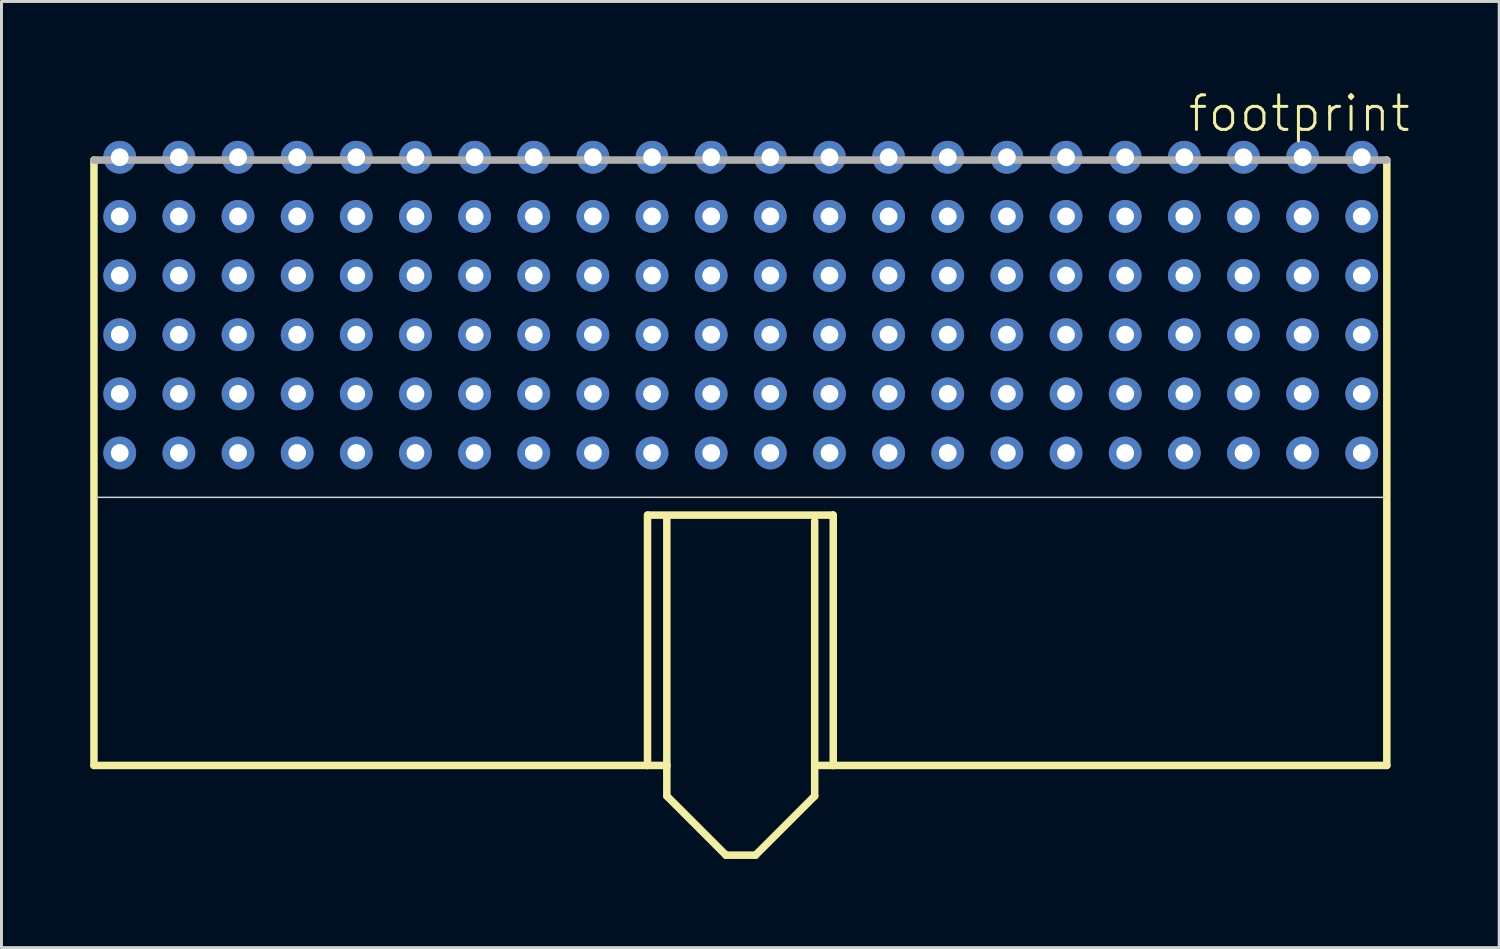
<source format=kicad_pcb>
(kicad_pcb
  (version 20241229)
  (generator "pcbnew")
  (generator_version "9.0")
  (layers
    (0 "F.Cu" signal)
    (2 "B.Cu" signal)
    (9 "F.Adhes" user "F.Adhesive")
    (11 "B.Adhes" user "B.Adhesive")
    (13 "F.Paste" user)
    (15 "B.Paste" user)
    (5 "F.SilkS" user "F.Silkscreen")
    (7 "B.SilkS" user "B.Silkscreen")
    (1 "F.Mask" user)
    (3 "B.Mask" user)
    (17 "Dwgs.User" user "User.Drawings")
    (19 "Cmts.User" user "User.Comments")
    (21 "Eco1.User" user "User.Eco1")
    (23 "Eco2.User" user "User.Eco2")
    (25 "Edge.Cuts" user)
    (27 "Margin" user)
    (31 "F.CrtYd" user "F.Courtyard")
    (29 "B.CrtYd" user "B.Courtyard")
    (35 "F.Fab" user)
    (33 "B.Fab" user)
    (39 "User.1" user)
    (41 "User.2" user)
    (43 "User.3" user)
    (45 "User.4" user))
  (footprint "footprint"
    (layer "F.Cu")
    (at 21.999 13.538)
    (property "Reference" "footprint" (at 15.065 -12.065 0) (layer "F.SilkS") (effects (font (size 1.168 1.168) (thickness 0.102)) (justify left bottom)))
    (fp_line (start -21.872 -11.176) (end -21.872 9.296) (stroke (width 0.254) (type solid)) (layer "F.SilkS"))
    (fp_line (start -21.872 9.296) (end -3.153 9.296) (stroke (width 0.254) (type solid)) (layer "F.SilkS"))
    (fp_line (start -3.153 9.296) (end -3.153 0.824) (stroke (width 0.254) (type solid)) (layer "F.SilkS"))
    (fp_line (start -3.153 9.296) (end -2.5 9.296) (stroke (width 0.254) (type solid)) (layer "F.SilkS"))
    (fp_line (start -3.1 0.83) (end 3.1 0.83) (stroke (width 0.254) (type solid)) (layer "F.SilkS"))
    (fp_line (start -2.5 9.296) (end -2.5 0.93) (stroke (width 0.254) (type solid)) (layer "F.SilkS"))
    (fp_line (start -2.5 10.33) (end -2.5 9.296) (stroke (width 0.254) (type solid)) (layer "F.SilkS"))
    (fp_line (start -2.5 10.33) (end -0.5 12.33) (stroke (width 0.254) (type solid)) (layer "F.SilkS"))
    (fp_line (start -0.5 12.33) (end 0.5 12.33) (stroke (width 0.254) (type solid)) (layer "F.SilkS"))
    (fp_line (start 0.5 12.33) (end 2.5 10.33) (stroke (width 0.254) (type solid)) (layer "F.SilkS"))
    (fp_line (start 2.5 9.296) (end 2.5 1.03) (stroke (width 0.254) (type solid)) (layer "F.SilkS"))
    (fp_line (start 2.5 9.296) (end 3.128 9.296) (stroke (width 0.254) (type solid)) (layer "F.SilkS"))
    (fp_line (start 2.5 10.33) (end 2.5 9.296) (stroke (width 0.254) (type solid)) (layer "F.SilkS"))
    (fp_line (start 3.128 0.824) (end 3.128 9.296) (stroke (width 0.254) (type solid)) (layer "F.SilkS"))
    (fp_line (start 3.128 9.296) (end 21.847 9.296) (stroke (width 0.254) (type solid)) (layer "F.SilkS"))
    (fp_line (start 21.847 9.296) (end 21.847 -11.176) (stroke (width 0.254) (type solid)) (layer "F.SilkS"))
    (fp_line (start -21.789 0.23) (end 21.789 0.23) (stroke (width 0.051) (type solid)) (layer "Edge.Cuts"))
    (fp_line (start 21.847 -11.176) (end -21.872 -11.176) (stroke (width 0.254) (type solid)) (layer "F.Fab"))
    (pad "A1" thru_hole circle (at 21 -1.27) (size 1.108 1.108) (drill 0.6) (layers "*.Cu" "*.Mask"))
    (pad "A2" thru_hole circle (at 19 -1.27) (size 1.108 1.108) (drill 0.6) (layers "*.Cu" "*.Mask"))
    (pad "A3" thru_hole circle (at 17 -1.27) (size 1.108 1.108) (drill 0.6) (layers "*.Cu" "*.Mask"))
    (pad "A4" thru_hole circle (at 15 -1.27) (size 1.108 1.108) (drill 0.6) (layers "*.Cu" "*.Mask"))
    (pad "A5" thru_hole circle (at 13 -1.27) (size 1.108 1.108) (drill 0.6) (layers "*.Cu" "*.Mask"))
    (pad "A6" thru_hole circle (at 11 -1.27) (size 1.108 1.108) (drill 0.6) (layers "*.Cu" "*.Mask"))
    (pad "A7" thru_hole circle (at 9 -1.27) (size 1.108 1.108) (drill 0.6) (layers "*.Cu" "*.Mask"))
    (pad "A8" thru_hole circle (at 7 -1.27) (size 1.108 1.108) (drill 0.6) (layers "*.Cu" "*.Mask"))
    (pad "A9" thru_hole circle (at 5 -1.27) (size 1.108 1.108) (drill 0.6) (layers "*.Cu" "*.Mask"))
    (pad "A10" thru_hole circle (at 3 -1.27) (size 1.108 1.108) (drill 0.6) (layers "*.Cu" "*.Mask"))
    (pad "A11" thru_hole circle (at 1 -1.27) (size 1.108 1.108) (drill 0.6) (layers "*.Cu" "*.Mask"))
    (pad "A12" thru_hole circle (at -1 -1.27) (size 1.108 1.108) (drill 0.6) (layers "*.Cu" "*.Mask"))
    (pad "A13" thru_hole circle (at -3 -1.27) (size 1.108 1.108) (drill 0.6) (layers "*.Cu" "*.Mask"))
    (pad "A14" thru_hole circle (at -5 -1.27) (size 1.108 1.108) (drill 0.6) (layers "*.Cu" "*.Mask"))
    (pad "A15" thru_hole circle (at -7 -1.27) (size 1.108 1.108) (drill 0.6) (layers "*.Cu" "*.Mask"))
    (pad "A16" thru_hole circle (at -9 -1.27) (size 1.108 1.108) (drill 0.6) (layers "*.Cu" "*.Mask"))
    (pad "A17" thru_hole circle (at -11 -1.27) (size 1.108 1.108) (drill 0.6) (layers "*.Cu" "*.Mask"))
    (pad "A18" thru_hole circle (at -13 -1.27) (size 1.108 1.108) (drill 0.6) (layers "*.Cu" "*.Mask"))
    (pad "A19" thru_hole circle (at -15 -1.27) (size 1.108 1.108) (drill 0.6) (layers "*.Cu" "*.Mask"))
    (pad "A20" thru_hole circle (at -17 -1.27) (size 1.108 1.108) (drill 0.6) (layers "*.Cu" "*.Mask"))
    (pad "A21" thru_hole circle (at -19 -1.27) (size 1.108 1.108) (drill 0.6) (layers "*.Cu" "*.Mask"))
    (pad "A22" thru_hole circle (at -21 -1.27) (size 1.108 1.108) (drill 0.6) (layers "*.Cu" "*.Mask"))
    (pad "B1" thru_hole circle (at 21 -3.27) (size 1.108 1.108) (drill 0.6) (layers "*.Cu" "*.Mask"))
    (pad "B2" thru_hole circle (at 19 -3.27) (size 1.108 1.108) (drill 0.6) (layers "*.Cu" "*.Mask"))
    (pad "B3" thru_hole circle (at 17 -3.27) (size 1.108 1.108) (drill 0.6) (layers "*.Cu" "*.Mask"))
    (pad "B4" thru_hole circle (at 15 -3.27) (size 1.108 1.108) (drill 0.6) (layers "*.Cu" "*.Mask"))
    (pad "B5" thru_hole circle (at 13 -3.27) (size 1.108 1.108) (drill 0.6) (layers "*.Cu" "*.Mask"))
    (pad "B6" thru_hole circle (at 11 -3.27) (size 1.108 1.108) (drill 0.6) (layers "*.Cu" "*.Mask"))
    (pad "B7" thru_hole circle (at 9 -3.27) (size 1.108 1.108) (drill 0.6) (layers "*.Cu" "*.Mask"))
    (pad "B8" thru_hole circle (at 7 -3.27) (size 1.108 1.108) (drill 0.6) (layers "*.Cu" "*.Mask"))
    (pad "B9" thru_hole circle (at 5 -3.27) (size 1.108 1.108) (drill 0.6) (layers "*.Cu" "*.Mask"))
    (pad "B10" thru_hole circle (at 3 -3.27) (size 1.108 1.108) (drill 0.6) (layers "*.Cu" "*.Mask"))
    (pad "B11" thru_hole circle (at 1 -3.27) (size 1.108 1.108) (drill 0.6) (layers "*.Cu" "*.Mask"))
    (pad "B12" thru_hole circle (at -1 -3.27) (size 1.108 1.108) (drill 0.6) (layers "*.Cu" "*.Mask"))
    (pad "B13" thru_hole circle (at -3 -3.27) (size 1.108 1.108) (drill 0.6) (layers "*.Cu" "*.Mask"))
    (pad "B14" thru_hole circle (at -5 -3.27) (size 1.108 1.108) (drill 0.6) (layers "*.Cu" "*.Mask"))
    (pad "B15" thru_hole circle (at -7 -3.27) (size 1.108 1.108) (drill 0.6) (layers "*.Cu" "*.Mask"))
    (pad "B16" thru_hole circle (at -9 -3.27) (size 1.108 1.108) (drill 0.6) (layers "*.Cu" "*.Mask"))
    (pad "B17" thru_hole circle (at -11 -3.27) (size 1.108 1.108) (drill 0.6) (layers "*.Cu" "*.Mask"))
    (pad "B18" thru_hole circle (at -13 -3.27) (size 1.108 1.108) (drill 0.6) (layers "*.Cu" "*.Mask"))
    (pad "B19" thru_hole circle (at -15 -3.27) (size 1.108 1.108) (drill 0.6) (layers "*.Cu" "*.Mask"))
    (pad "B20" thru_hole circle (at -17 -3.27) (size 1.108 1.108) (drill 0.6) (layers "*.Cu" "*.Mask"))
    (pad "B21" thru_hole circle (at -19 -3.27) (size 1.108 1.108) (drill 0.6) (layers "*.Cu" "*.Mask"))
    (pad "B22" thru_hole circle (at -21 -3.27) (size 1.108 1.108) (drill 0.6) (layers "*.Cu" "*.Mask"))
    (pad "C1" thru_hole circle (at 21 -5.27) (size 1.108 1.108) (drill 0.6) (layers "*.Cu" "*.Mask"))
    (pad "C2" thru_hole circle (at 19 -5.27) (size 1.108 1.108) (drill 0.6) (layers "*.Cu" "*.Mask"))
    (pad "C3" thru_hole circle (at 17 -5.27) (size 1.108 1.108) (drill 0.6) (layers "*.Cu" "*.Mask"))
    (pad "C4" thru_hole circle (at 15 -5.27) (size 1.108 1.108) (drill 0.6) (layers "*.Cu" "*.Mask"))
    (pad "C5" thru_hole circle (at 13 -5.27) (size 1.108 1.108) (drill 0.6) (layers "*.Cu" "*.Mask"))
    (pad "C6" thru_hole circle (at 11 -5.27) (size 1.108 1.108) (drill 0.6) (layers "*.Cu" "*.Mask"))
    (pad "C7" thru_hole circle (at 9 -5.27) (size 1.108 1.108) (drill 0.6) (layers "*.Cu" "*.Mask"))
    (pad "C8" thru_hole circle (at 7 -5.27) (size 1.108 1.108) (drill 0.6) (layers "*.Cu" "*.Mask"))
    (pad "C9" thru_hole circle (at 5 -5.27) (size 1.108 1.108) (drill 0.6) (layers "*.Cu" "*.Mask"))
    (pad "C10" thru_hole circle (at 3 -5.27) (size 1.108 1.108) (drill 0.6) (layers "*.Cu" "*.Mask"))
    (pad "C11" thru_hole circle (at 1 -5.27) (size 1.108 1.108) (drill 0.6) (layers "*.Cu" "*.Mask"))
    (pad "C12" thru_hole circle (at -1 -5.27) (size 1.108 1.108) (drill 0.6) (layers "*.Cu" "*.Mask"))
    (pad "C13" thru_hole circle (at -3 -5.27) (size 1.108 1.108) (drill 0.6) (layers "*.Cu" "*.Mask"))
    (pad "C14" thru_hole circle (at -5 -5.27) (size 1.108 1.108) (drill 0.6) (layers "*.Cu" "*.Mask"))
    (pad "C15" thru_hole circle (at -7 -5.27) (size 1.108 1.108) (drill 0.6) (layers "*.Cu" "*.Mask"))
    (pad "C16" thru_hole circle (at -9 -5.27) (size 1.108 1.108) (drill 0.6) (layers "*.Cu" "*.Mask"))
    (pad "C17" thru_hole circle (at -11 -5.27) (size 1.108 1.108) (drill 0.6) (layers "*.Cu" "*.Mask"))
    (pad "C18" thru_hole circle (at -13 -5.27) (size 1.108 1.108) (drill 0.6) (layers "*.Cu" "*.Mask"))
    (pad "C19" thru_hole circle (at -15 -5.27) (size 1.108 1.108) (drill 0.6) (layers "*.Cu" "*.Mask"))
    (pad "C20" thru_hole circle (at -17 -5.27) (size 1.108 1.108) (drill 0.6) (layers "*.Cu" "*.Mask"))
    (pad "C21" thru_hole circle (at -19 -5.27) (size 1.108 1.108) (drill 0.6) (layers "*.Cu" "*.Mask"))
    (pad "C22" thru_hole circle (at -21 -5.27) (size 1.108 1.108) (drill 0.6) (layers "*.Cu" "*.Mask"))
    (pad "D1" thru_hole circle (at 21 -7.27) (size 1.108 1.108) (drill 0.6) (layers "*.Cu" "*.Mask"))
    (pad "D2" thru_hole circle (at 19 -7.27) (size 1.108 1.108) (drill 0.6) (layers "*.Cu" "*.Mask"))
    (pad "D3" thru_hole circle (at 17 -7.27) (size 1.108 1.108) (drill 0.6) (layers "*.Cu" "*.Mask"))
    (pad "D4" thru_hole circle (at 15 -7.27) (size 1.108 1.108) (drill 0.6) (layers "*.Cu" "*.Mask"))
    (pad "D5" thru_hole circle (at 13 -7.27) (size 1.108 1.108) (drill 0.6) (layers "*.Cu" "*.Mask"))
    (pad "D6" thru_hole circle (at 11 -7.27) (size 1.108 1.108) (drill 0.6) (layers "*.Cu" "*.Mask"))
    (pad "D7" thru_hole circle (at 9 -7.27) (size 1.108 1.108) (drill 0.6) (layers "*.Cu" "*.Mask"))
    (pad "D8" thru_hole circle (at 7 -7.27) (size 1.108 1.108) (drill 0.6) (layers "*.Cu" "*.Mask"))
    (pad "D9" thru_hole circle (at 5 -7.27) (size 1.108 1.108) (drill 0.6) (layers "*.Cu" "*.Mask"))
    (pad "D10" thru_hole circle (at 3 -7.27) (size 1.108 1.108) (drill 0.6) (layers "*.Cu" "*.Mask"))
    (pad "D11" thru_hole circle (at 1 -7.27) (size 1.108 1.108) (drill 0.6) (layers "*.Cu" "*.Mask"))
    (pad "D12" thru_hole circle (at -1 -7.27) (size 1.108 1.108) (drill 0.6) (layers "*.Cu" "*.Mask"))
    (pad "D13" thru_hole circle (at -3 -7.27) (size 1.108 1.108) (drill 0.6) (layers "*.Cu" "*.Mask"))
    (pad "D14" thru_hole circle (at -5 -7.27) (size 1.108 1.108) (drill 0.6) (layers "*.Cu" "*.Mask"))
    (pad "D15" thru_hole circle (at -7 -7.27) (size 1.108 1.108) (drill 0.6) (layers "*.Cu" "*.Mask"))
    (pad "D16" thru_hole circle (at -9 -7.27) (size 1.108 1.108) (drill 0.6) (layers "*.Cu" "*.Mask"))
    (pad "D17" thru_hole circle (at -11 -7.27) (size 1.108 1.108) (drill 0.6) (layers "*.Cu" "*.Mask"))
    (pad "D18" thru_hole circle (at -13 -7.27) (size 1.108 1.108) (drill 0.6) (layers "*.Cu" "*.Mask"))
    (pad "D19" thru_hole circle (at -15 -7.27) (size 1.108 1.108) (drill 0.6) (layers "*.Cu" "*.Mask"))
    (pad "D20" thru_hole circle (at -17 -7.27) (size 1.108 1.108) (drill 0.6) (layers "*.Cu" "*.Mask"))
    (pad "D21" thru_hole circle (at -19 -7.27) (size 1.108 1.108) (drill 0.6) (layers "*.Cu" "*.Mask"))
    (pad "D22" thru_hole circle (at -21 -7.27) (size 1.108 1.108) (drill 0.6) (layers "*.Cu" "*.Mask"))
    (pad "E1" thru_hole circle (at 21 -9.27) (size 1.108 1.108) (drill 0.6) (layers "*.Cu" "*.Mask"))
    (pad "E2" thru_hole circle (at 19 -9.27) (size 1.108 1.108) (drill 0.6) (layers "*.Cu" "*.Mask"))
    (pad "E3" thru_hole circle (at 17 -9.27) (size 1.108 1.108) (drill 0.6) (layers "*.Cu" "*.Mask"))
    (pad "E4" thru_hole circle (at 15 -9.27) (size 1.108 1.108) (drill 0.6) (layers "*.Cu" "*.Mask"))
    (pad "E5" thru_hole circle (at 13 -9.27) (size 1.108 1.108) (drill 0.6) (layers "*.Cu" "*.Mask"))
    (pad "E6" thru_hole circle (at 11 -9.27) (size 1.108 1.108) (drill 0.6) (layers "*.Cu" "*.Mask"))
    (pad "E7" thru_hole circle (at 9 -9.27) (size 1.108 1.108) (drill 0.6) (layers "*.Cu" "*.Mask"))
    (pad "E8" thru_hole circle (at 7 -9.27) (size 1.108 1.108) (drill 0.6) (layers "*.Cu" "*.Mask"))
    (pad "E9" thru_hole circle (at 5 -9.27) (size 1.108 1.108) (drill 0.6) (layers "*.Cu" "*.Mask"))
    (pad "E10" thru_hole circle (at 3 -9.27) (size 1.108 1.108) (drill 0.6) (layers "*.Cu" "*.Mask"))
    (pad "E11" thru_hole circle (at 1 -9.27) (size 1.108 1.108) (drill 0.6) (layers "*.Cu" "*.Mask"))
    (pad "E12" thru_hole circle (at -1 -9.27) (size 1.108 1.108) (drill 0.6) (layers "*.Cu" "*.Mask"))
    (pad "E13" thru_hole circle (at -3 -9.27) (size 1.108 1.108) (drill 0.6) (layers "*.Cu" "*.Mask"))
    (pad "E14" thru_hole circle (at -5 -9.27) (size 1.108 1.108) (drill 0.6) (layers "*.Cu" "*.Mask"))
    (pad "E15" thru_hole circle (at -7 -9.27) (size 1.108 1.108) (drill 0.6) (layers "*.Cu" "*.Mask"))
    (pad "E16" thru_hole circle (at -9 -9.27) (size 1.108 1.108) (drill 0.6) (layers "*.Cu" "*.Mask"))
    (pad "E17" thru_hole circle (at -11 -9.27) (size 1.108 1.108) (drill 0.6) (layers "*.Cu" "*.Mask"))
    (pad "E18" thru_hole circle (at -13 -9.27) (size 1.108 1.108) (drill 0.6) (layers "*.Cu" "*.Mask"))
    (pad "E19" thru_hole circle (at -15 -9.27) (size 1.108 1.108) (drill 0.6) (layers "*.Cu" "*.Mask"))
    (pad "E20" thru_hole circle (at -17 -9.27) (size 1.108 1.108) (drill 0.6) (layers "*.Cu" "*.Mask"))
    (pad "E21" thru_hole circle (at -19 -9.27) (size 1.108 1.108) (drill 0.6) (layers "*.Cu" "*.Mask"))
    (pad "E22" thru_hole circle (at -21 -9.27) (size 1.108 1.108) (drill 0.6) (layers "*.Cu" "*.Mask"))
    (pad "F1" thru_hole circle (at 21 -11.27) (size 1.108 1.108) (drill 0.6) (layers "*.Cu" "*.Mask"))
    (pad "F2" thru_hole circle (at 19 -11.27) (size 1.108 1.108) (drill 0.6) (layers "*.Cu" "*.Mask"))
    (pad "F3" thru_hole circle (at 17 -11.27) (size 1.108 1.108) (drill 0.6) (layers "*.Cu" "*.Mask"))
    (pad "F4" thru_hole circle (at 15 -11.27) (size 1.108 1.108) (drill 0.6) (layers "*.Cu" "*.Mask"))
    (pad "F5" thru_hole circle (at 13 -11.27) (size 1.108 1.108) (drill 0.6) (layers "*.Cu" "*.Mask"))
    (pad "F6" thru_hole circle (at 11 -11.27) (size 1.108 1.108) (drill 0.6) (layers "*.Cu" "*.Mask"))
    (pad "F7" thru_hole circle (at 9 -11.27) (size 1.108 1.108) (drill 0.6) (layers "*.Cu" "*.Mask"))
    (pad "F8" thru_hole circle (at 7 -11.27) (size 1.108 1.108) (drill 0.6) (layers "*.Cu" "*.Mask"))
    (pad "F9" thru_hole circle (at 5 -11.27) (size 1.108 1.108) (drill 0.6) (layers "*.Cu" "*.Mask"))
    (pad "F10" thru_hole circle (at 3 -11.27) (size 1.108 1.108) (drill 0.6) (layers "*.Cu" "*.Mask"))
    (pad "F11" thru_hole circle (at 1 -11.27) (size 1.108 1.108) (drill 0.6) (layers "*.Cu" "*.Mask"))
    (pad "F12" thru_hole circle (at -1 -11.27) (size 1.108 1.108) (drill 0.6) (layers "*.Cu" "*.Mask"))
    (pad "F13" thru_hole circle (at -3 -11.27) (size 1.108 1.108) (drill 0.6) (layers "*.Cu" "*.Mask"))
    (pad "F14" thru_hole circle (at -5 -11.27) (size 1.108 1.108) (drill 0.6) (layers "*.Cu" "*.Mask"))
    (pad "F15" thru_hole circle (at -7 -11.27) (size 1.108 1.108) (drill 0.6) (layers "*.Cu" "*.Mask"))
    (pad "F16" thru_hole circle (at -9 -11.27) (size 1.108 1.108) (drill 0.6) (layers "*.Cu" "*.Mask"))
    (pad "F17" thru_hole circle (at -11 -11.27) (size 1.108 1.108) (drill 0.6) (layers "*.Cu" "*.Mask"))
    (pad "F18" thru_hole circle (at -13 -11.27) (size 1.108 1.108) (drill 0.6) (layers "*.Cu" "*.Mask"))
    (pad "F19" thru_hole circle (at -15 -11.27) (size 1.108 1.108) (drill 0.6) (layers "*.Cu" "*.Mask"))
    (pad "F20" thru_hole circle (at -17 -11.27) (size 1.108 1.108) (drill 0.6) (layers "*.Cu" "*.Mask"))
    (pad "F21" thru_hole circle (at -19 -11.27) (size 1.108 1.108) (drill 0.6) (layers "*.Cu" "*.Mask"))
    (pad "F22" thru_hole circle (at -21 -11.27) (size 1.108 1.108) (drill 0.6) (layers "*.Cu" "*.Mask")))
  (gr_rect
    (start -3 -3)
    (end 47.646 28.995)
    (stroke (width 0.1) (type default))
    (fill no)
    (layer "Edge.Cuts")))
</source>
